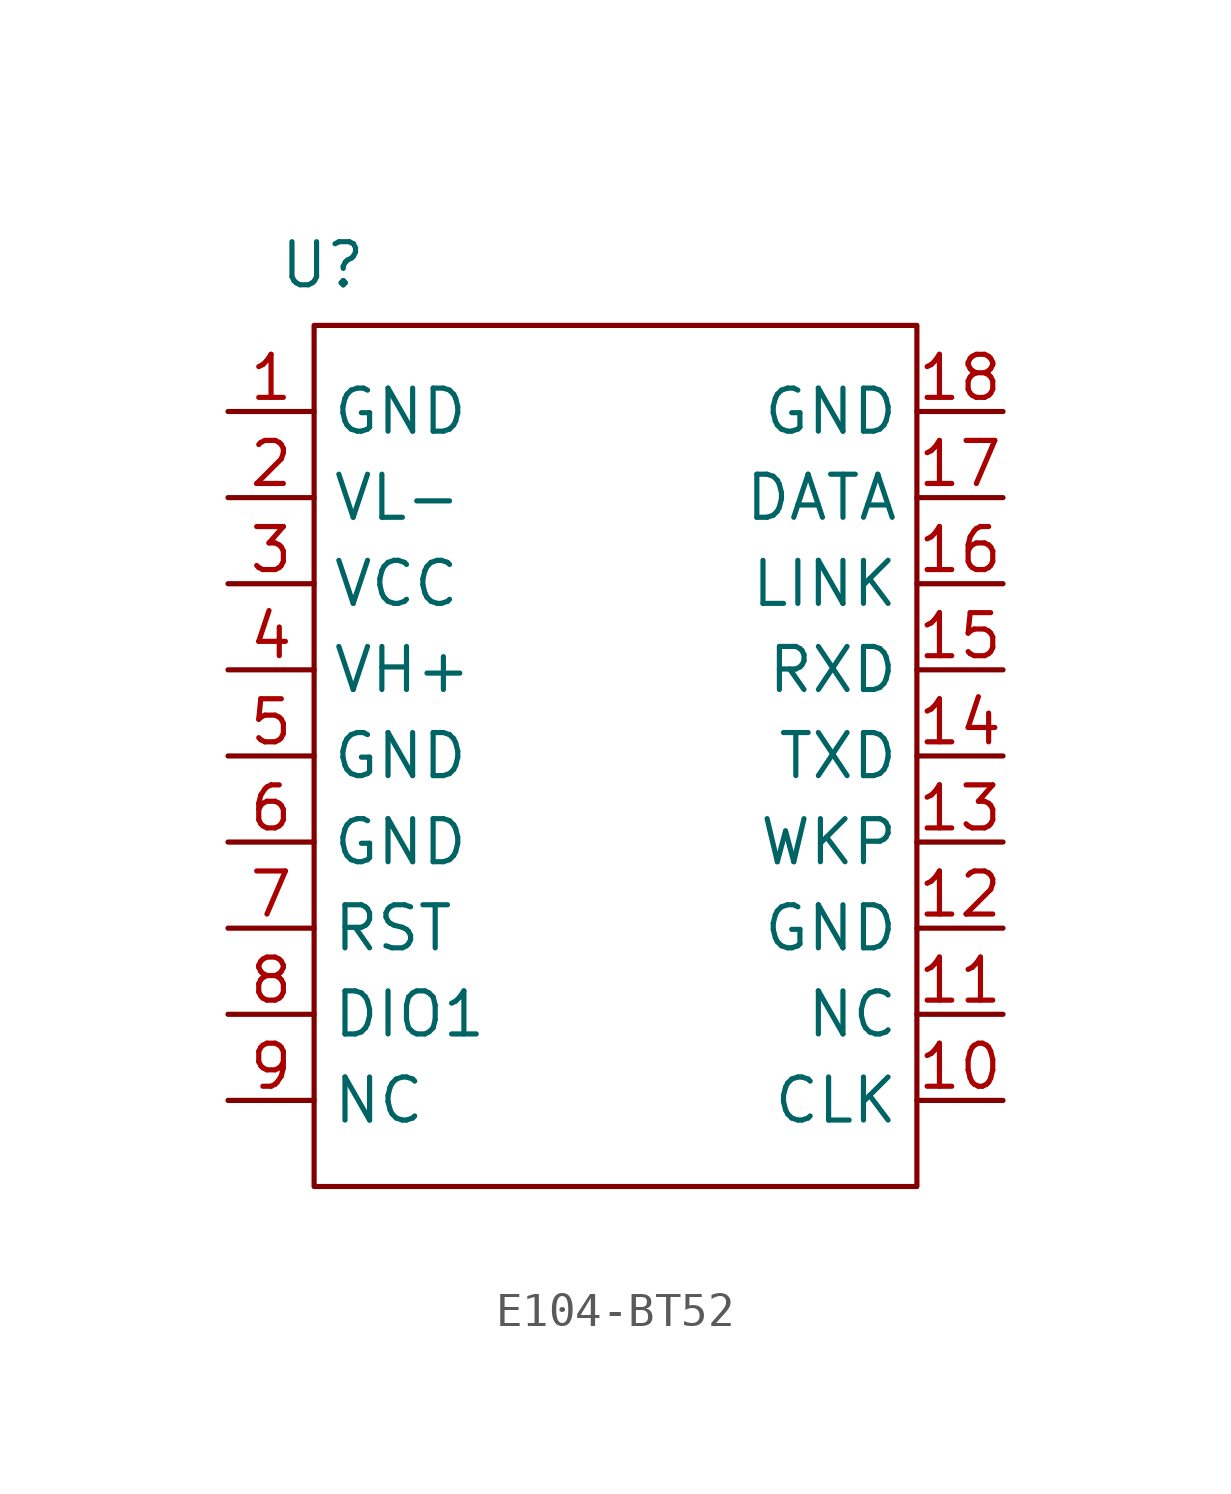
<source format=kicad_sym>
(kicad_symbol_lib
  (version 20231120)
  (generator "kicad_symbol_editor")
  (generator_version "8.0")
  (symbol "E104-BT52"
    (property "Reference" "U"
      (at -8.636 14.478 0)
      (effects (font (size 1.27 1.27))))
    (property "Value" ""
      (at 0 -2.54 0)
      (effects (font (size 1.27 1.27))))
    (symbol "E104-BT52_0_1"
      (rectangle (start -8.89 12.7) (end 8.89 -12.7) (stroke (width 0) (type default)) (fill (type none))))
    (symbol "E104-BT52_1_1"
      (pin power_in line (at -11.43 10.16 0) (length 2.54) (name "GND" (effects (font (size 1.27 1.27)))) (number "1" (effects (font (size 1.27 1.27)))))
      (pin passive line (at 11.43 -10.16 180) (length 2.54) (name "CLK" (effects (font (size 1.27 1.27)))) (number "10" (effects (font (size 1.27 1.27)))))
      (pin unspecified line (at 11.43 -7.62 180) (length 2.54) (name "NC" (effects (font (size 1.27 1.27)))) (number "11" (effects (font (size 1.27 1.27)))))
      (pin power_in line (at 11.43 -5.08 180) (length 2.54) (name "GND" (effects (font (size 1.27 1.27)))) (number "12" (effects (font (size 1.27 1.27)))))
      (pin input line (at 11.43 -2.54 180) (length 2.54) (name "WKP" (effects (font (size 1.27 1.27)))) (number "13" (effects (font (size 1.27 1.27)))))
      (pin output line (at 11.43 0 180) (length 2.54) (name "TXD" (effects (font (size 1.27 1.27)))) (number "14" (effects (font (size 1.27 1.27)))))
      (pin input line (at 11.43 2.54 180) (length 2.54) (name "RXD" (effects (font (size 1.27 1.27)))) (number "15" (effects (font (size 1.27 1.27)))))
      (pin output line (at 11.43 5.08 180) (length 2.54) (name "LINK" (effects (font (size 1.27 1.27)))) (number "16" (effects (font (size 1.27 1.27)))))
      (pin output line (at 11.43 7.62 180) (length 2.54) (name "DATA" (effects (font (size 1.27 1.27)))) (number "17" (effects (font (size 1.27 1.27)))))
      (pin power_in line (at 11.43 10.16 180) (length 2.54) (name "GND" (effects (font (size 1.27 1.27)))) (number "18" (effects (font (size 1.27 1.27)))))
      (pin passive line (at -11.43 7.62 0) (length 2.54) (name "VL-" (effects (font (size 1.27 1.27)))) (number "2" (effects (font (size 1.27 1.27)))))
      (pin power_in line (at -11.43 5.08 0) (length 2.54) (name "VCC" (effects (font (size 1.27 1.27)))) (number "3" (effects (font (size 1.27 1.27)))))
      (pin passive line (at -11.43 2.54 0) (length 2.54) (name "VH+" (effects (font (size 1.27 1.27)))) (number "4" (effects (font (size 1.27 1.27)))))
      (pin power_in line (at -11.43 0 0) (length 2.54) (name "GND" (effects (font (size 1.27 1.27)))) (number "5" (effects (font (size 1.27 1.27)))))
      (pin power_in line (at -11.43 -2.54 0) (length 2.54) (name "GND" (effects (font (size 1.27 1.27)))) (number "6" (effects (font (size 1.27 1.27)))))
      (pin input line (at -11.43 -5.08 0) (length 2.54) (name "RST" (effects (font (size 1.27 1.27)))) (number "7" (effects (font (size 1.27 1.27)))))
      (pin passive line (at -11.43 -7.62 0) (length 2.54) (name "DIO1" (effects (font (size 1.27 1.27)))) (number "8" (effects (font (size 1.27 1.27)))))
      (pin unspecified line (at -11.43 -10.16 0) (length 2.54) (name "NC" (effects (font (size 1.27 1.27)))) (number "9" (effects (font (size 1.27 1.27))))))))
</source>
